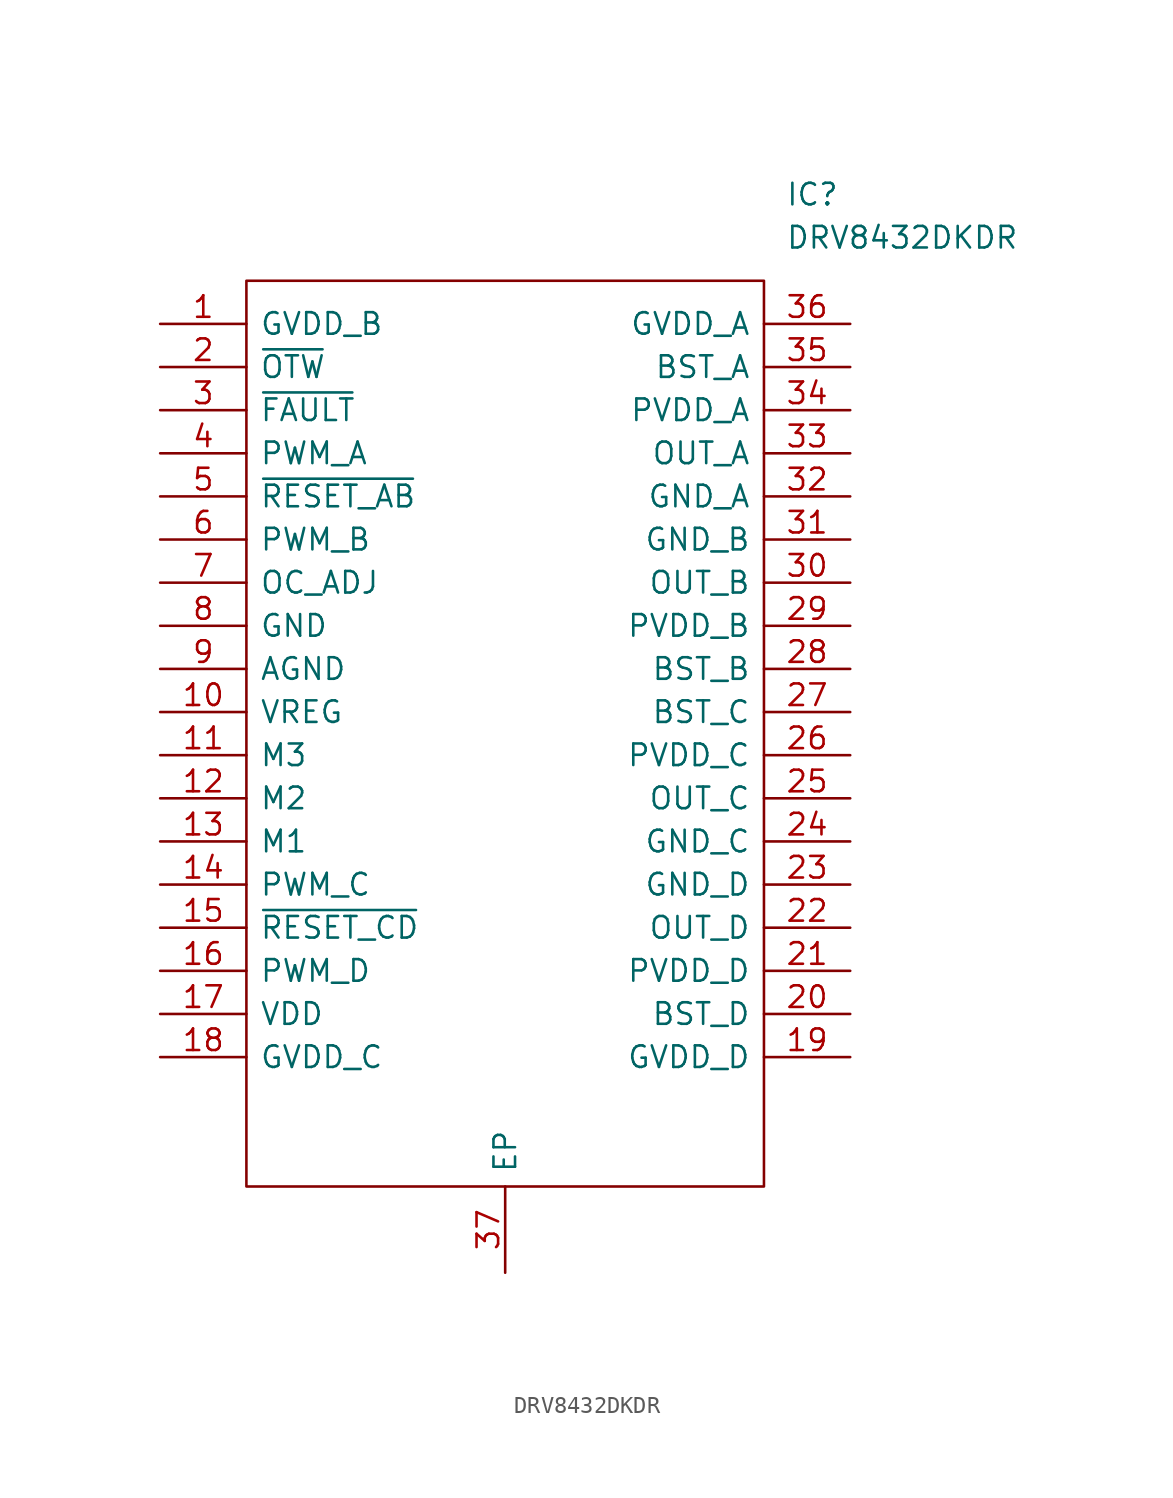
<source format=kicad_sym>
(kicad_symbol_lib
  (version 20211014)
  (generator kicad_symbol_editor)
  (symbol "DRV8432DKDR"
    (pin_names
      (offset 0.762))
    (property "Reference" "IC"
      (at 36.83 7.62 0)
      (effects (font (size 1.27 1.27)) (justify left)))
    (property "Value" "DRV8432DKDR"
      (at 36.83 5.08 0)
      (effects (font (size 1.27 1.27)) (justify left)))
    (symbol "DRV8432DKDR_0_0"
      (pin power_in line (at 0 0 0) (length 5.08) (name "GVDD_B" (effects (font (size 1.27 1.27)))) (number "1" (effects (font (size 1.27 1.27)))))
      (pin passive line (at 0 -22.86 0) (length 5.08) (name "VREG" (effects (font (size 1.27 1.27)))) (number "10" (effects (font (size 1.27 1.27)))))
      (pin input line (at 0 -25.4 0) (length 5.08) (name "M3" (effects (font (size 1.27 1.27)))) (number "11" (effects (font (size 1.27 1.27)))))
      (pin input line (at 0 -27.94 0) (length 5.08) (name "M2" (effects (font (size 1.27 1.27)))) (number "12" (effects (font (size 1.27 1.27)))))
      (pin input line (at 0 -30.48 0) (length 5.08) (name "M1" (effects (font (size 1.27 1.27)))) (number "13" (effects (font (size 1.27 1.27)))))
      (pin input line (at 0 -33.02 0) (length 5.08) (name "PWM_C" (effects (font (size 1.27 1.27)))) (number "14" (effects (font (size 1.27 1.27)))))
      (pin input line (at 0 -35.56 0) (length 5.08) (name "~{RESET_CD}" (effects (font (size 1.27 1.27)))) (number "15" (effects (font (size 1.27 1.27)))))
      (pin input line (at 0 -38.1 0) (length 5.08) (name "PWM_D" (effects (font (size 1.27 1.27)))) (number "16" (effects (font (size 1.27 1.27)))))
      (pin power_in line (at 0 -40.64 0) (length 5.08) (name "VDD" (effects (font (size 1.27 1.27)))) (number "17" (effects (font (size 1.27 1.27)))))
      (pin power_in line (at 0 -43.18 0) (length 5.08) (name "GVDD_C" (effects (font (size 1.27 1.27)))) (number "18" (effects (font (size 1.27 1.27)))))
      (pin power_in line (at 40.64 -43.18 180) (length 5.08) (name "GVDD_D" (effects (font (size 1.27 1.27)))) (number "19" (effects (font (size 1.27 1.27)))))
      (pin output line (at 0 -2.54 0) (length 5.08) (name "~{OTW}" (effects (font (size 1.27 1.27)))) (number "2" (effects (font (size 1.27 1.27)))))
      (pin passive line (at 40.64 -40.64 180) (length 5.08) (name "BST_D" (effects (font (size 1.27 1.27)))) (number "20" (effects (font (size 1.27 1.27)))))
      (pin power_in line (at 40.64 -38.1 180) (length 5.08) (name "PVDD_D" (effects (font (size 1.27 1.27)))) (number "21" (effects (font (size 1.27 1.27)))))
      (pin output line (at 40.64 -35.56 180) (length 5.08) (name "OUT_D" (effects (font (size 1.27 1.27)))) (number "22" (effects (font (size 1.27 1.27)))))
      (pin power_in line (at 40.64 -33.02 180) (length 5.08) (name "GND_D" (effects (font (size 1.27 1.27)))) (number "23" (effects (font (size 1.27 1.27)))))
      (pin power_in line (at 40.64 -30.48 180) (length 5.08) (name "GND_C" (effects (font (size 1.27 1.27)))) (number "24" (effects (font (size 1.27 1.27)))))
      (pin output line (at 40.64 -27.94 180) (length 5.08) (name "OUT_C" (effects (font (size 1.27 1.27)))) (number "25" (effects (font (size 1.27 1.27)))))
      (pin power_in line (at 40.64 -25.4 180) (length 5.08) (name "PVDD_C" (effects (font (size 1.27 1.27)))) (number "26" (effects (font (size 1.27 1.27)))))
      (pin passive line (at 40.64 -22.86 180) (length 5.08) (name "BST_C" (effects (font (size 1.27 1.27)))) (number "27" (effects (font (size 1.27 1.27)))))
      (pin passive line (at 40.64 -20.32 180) (length 5.08) (name "BST_B" (effects (font (size 1.27 1.27)))) (number "28" (effects (font (size 1.27 1.27)))))
      (pin power_in line (at 40.64 -17.78 180) (length 5.08) (name "PVDD_B" (effects (font (size 1.27 1.27)))) (number "29" (effects (font (size 1.27 1.27)))))
      (pin output line (at 0 -5.08 0) (length 5.08) (name "~{FAULT}" (effects (font (size 1.27 1.27)))) (number "3" (effects (font (size 1.27 1.27)))))
      (pin output line (at 40.64 -15.24 180) (length 5.08) (name "OUT_B" (effects (font (size 1.27 1.27)))) (number "30" (effects (font (size 1.27 1.27)))))
      (pin power_in line (at 40.64 -12.7 180) (length 5.08) (name "GND_B" (effects (font (size 1.27 1.27)))) (number "31" (effects (font (size 1.27 1.27)))))
      (pin power_in line (at 40.64 -10.16 180) (length 5.08) (name "GND_A" (effects (font (size 1.27 1.27)))) (number "32" (effects (font (size 1.27 1.27)))))
      (pin output line (at 40.64 -7.62 180) (length 5.08) (name "OUT_A" (effects (font (size 1.27 1.27)))) (number "33" (effects (font (size 1.27 1.27)))))
      (pin power_in line (at 40.64 -5.08 180) (length 5.08) (name "PVDD_A" (effects (font (size 1.27 1.27)))) (number "34" (effects (font (size 1.27 1.27)))))
      (pin passive line (at 40.64 -2.54 180) (length 5.08) (name "BST_A" (effects (font (size 1.27 1.27)))) (number "35" (effects (font (size 1.27 1.27)))))
      (pin power_in line (at 40.64 0 180) (length 5.08) (name "GVDD_A" (effects (font (size 1.27 1.27)))) (number "36" (effects (font (size 1.27 1.27)))))
      (pin passive line (at 20.32 -55.88 90) (length 5.08) (name "EP" (effects (font (size 1.27 1.27)))) (number "37" (effects (font (size 1.27 1.27)))))
      (pin input line (at 0 -7.62 0) (length 5.08) (name "PWM_A" (effects (font (size 1.27 1.27)))) (number "4" (effects (font (size 1.27 1.27)))))
      (pin input line (at 0 -10.16 0) (length 5.08) (name "~{RESET_AB}" (effects (font (size 1.27 1.27)))) (number "5" (effects (font (size 1.27 1.27)))))
      (pin input line (at 0 -12.7 0) (length 5.08) (name "PWM_B" (effects (font (size 1.27 1.27)))) (number "6" (effects (font (size 1.27 1.27)))))
      (pin passive line (at 0 -15.24 0) (length 5.08) (name "OC_ADJ" (effects (font (size 1.27 1.27)))) (number "7" (effects (font (size 1.27 1.27)))))
      (pin power_in line (at 0 -17.78 0) (length 5.08) (name "GND" (effects (font (size 1.27 1.27)))) (number "8" (effects (font (size 1.27 1.27)))))
      (pin passive line (at 0 -20.32 0) (length 5.08) (name "AGND" (effects (font (size 1.27 1.27)))) (number "9" (effects (font (size 1.27 1.27))))))
    (symbol "DRV8432DKDR_0_1"
      (polyline (pts (xy 5.08 2.54) (xy 35.56 2.54) (xy 35.56 -50.8) (xy 5.08 -50.8) (xy 5.08 2.54)) (stroke (width 0.152) (type default) (color 0 0 0 0)) (fill (type none))))))
</source>
